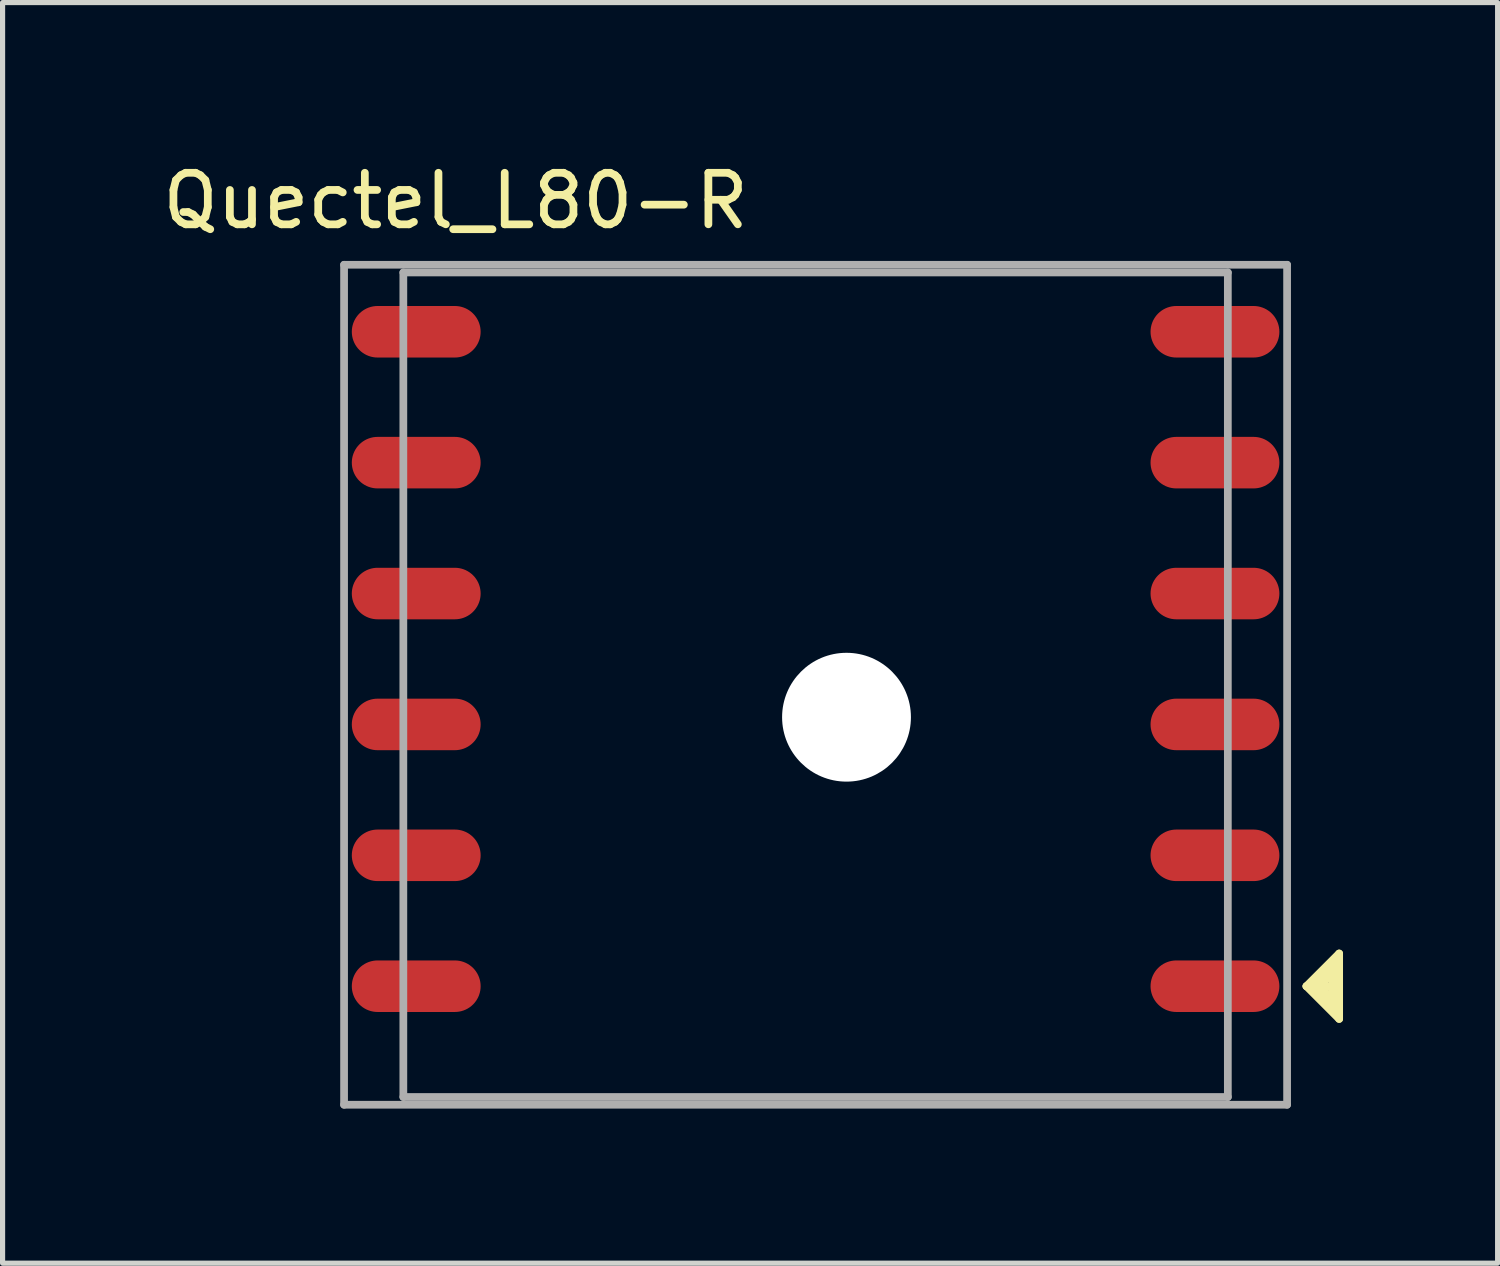
<source format=kicad_pcb>
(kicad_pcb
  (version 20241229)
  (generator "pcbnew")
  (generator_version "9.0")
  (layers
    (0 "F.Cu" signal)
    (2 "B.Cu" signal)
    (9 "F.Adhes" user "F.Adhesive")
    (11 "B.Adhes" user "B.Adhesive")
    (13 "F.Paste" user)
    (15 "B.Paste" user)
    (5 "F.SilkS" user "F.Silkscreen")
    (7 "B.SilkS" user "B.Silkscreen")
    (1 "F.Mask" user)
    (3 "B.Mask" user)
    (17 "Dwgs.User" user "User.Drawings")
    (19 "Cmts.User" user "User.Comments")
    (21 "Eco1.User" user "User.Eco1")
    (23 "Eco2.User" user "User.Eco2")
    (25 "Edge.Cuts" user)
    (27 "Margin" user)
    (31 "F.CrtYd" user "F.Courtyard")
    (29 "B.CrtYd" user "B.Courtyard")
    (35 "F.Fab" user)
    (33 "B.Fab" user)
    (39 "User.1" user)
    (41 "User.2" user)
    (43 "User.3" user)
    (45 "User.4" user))
  (footprint "Quectel_L80-R"
    (layer "F.Cu")
    (at 12.777 9.738)
    (property "Reference" "Quectel_L80-R" (at -6.985 -8.89 0) (layer "F.SilkS") (effects (font (size 1 1) (thickness 0.15))))
    (attr through_hole)
    (fp_line (start 9.525 6.35) (end 10.16 5.715) (stroke (width 0.15) (type solid)) (layer "F.SilkS"))
    (fp_line (start 9.525 6.35) (end 10.16 6.35) (stroke (width 0.15) (type solid)) (layer "F.SilkS"))
    (fp_line (start 9.652 6.35) (end 10.033 6.731) (stroke (width 0.15) (type solid)) (layer "F.SilkS"))
    (fp_line (start 9.779 6.35) (end 10.033 6.604) (stroke (width 0.15) (type solid)) (layer "F.SilkS"))
    (fp_line (start 10.033 5.969) (end 10.033 6.096) (stroke (width 0.15) (type solid)) (layer "F.SilkS"))
    (fp_line (start 10.033 6.096) (end 9.779 6.35) (stroke (width 0.15) (type solid)) (layer "F.SilkS"))
    (fp_line (start 10.033 6.731) (end 10.033 5.969) (stroke (width 0.15) (type solid)) (layer "F.SilkS"))
    (fp_line (start 10.033 6.731) (end 10.16 6.858) (stroke (width 0.15) (type solid)) (layer "F.SilkS"))
    (fp_line (start 10.16 5.715) (end 10.16 6.985) (stroke (width 0.15) (type solid)) (layer "F.SilkS"))
    (fp_line (start 10.16 5.842) (end 9.652 6.35) (stroke (width 0.15) (type solid)) (layer "F.SilkS"))
    (fp_line (start 10.16 6.985) (end 9.525 6.35) (stroke (width 0.15) (type solid)) (layer "F.SilkS"))
    (fp_line (start -9.15 -7.65) (end 9.15 -7.65) (stroke (width 0.15) (type solid)) (layer "F.Fab"))
    (fp_line (start -9.15 8.65) (end -9.15 -7.65) (stroke (width 0.15) (type solid)) (layer "F.Fab"))
    (fp_line (start -8 -7.5) (end 8 -7.5) (stroke (width 0.15) (type solid)) (layer "F.Fab"))
    (fp_line (start -8 8.5) (end -8 -7.5) (stroke (width 0.15) (type solid)) (layer "F.Fab"))
    (fp_line (start 8 -7.5) (end 8 8.5) (stroke (width 0.15) (type solid)) (layer "F.Fab"))
    (fp_line (start 8 8.5) (end -8 8.5) (stroke (width 0.15) (type solid)) (layer "F.Fab"))
    (fp_line (start 9.15 -7.65) (end 9.15 8.65) (stroke (width 0.15) (type solid)) (layer "F.Fab"))
    (fp_line (start 9.15 8.65) (end -9.15 8.65) (stroke (width 0.15) (type solid)) (layer "F.Fab"))
    (fp_circle (center 0.6 1.13) (end 1.6 1.13) (stroke (width 0.15) (type solid)) (fill no) (layer "F.Fab"))
    (pad "" np_thru_hole circle (at 0.6 1.13) (size 2.5 2.5) (drill 2.5) (layers "*.Cu" "*.Mask"))
    (pad "1" smd oval (at 7.75 6.35) (size 2.5 1) (layers "F.Cu" "F.Mask" "F.Paste"))
    (pad "2" smd oval (at 7.75 3.81) (size 2.5 1) (layers "F.Cu" "F.Mask" "F.Paste"))
    (pad "3" smd oval (at 7.75 1.27) (size 2.5 1) (layers "F.Cu" "F.Mask" "F.Paste"))
    (pad "4" smd oval (at 7.75 -1.27) (size 2.5 1) (layers "F.Cu" "F.Mask" "F.Paste"))
    (pad "5" smd oval (at 7.75 -3.81) (size 2.5 1) (layers "F.Cu" "F.Mask" "F.Paste"))
    (pad "6" smd oval (at 7.75 -6.35) (size 2.5 1) (layers "F.Cu" "F.Mask" "F.Paste"))
    (pad "7" smd oval (at -7.75 -6.35) (size 2.5 1) (layers "F.Cu" "F.Mask" "F.Paste"))
    (pad "8" smd oval (at -7.75 -3.81) (size 2.5 1) (layers "F.Cu" "F.Mask" "F.Paste"))
    (pad "9" smd oval (at -7.75 -1.27) (size 2.5 1) (layers "F.Cu" "F.Mask" "F.Paste"))
    (pad "10" smd oval (at -7.75 1.27) (size 2.5 1) (layers "F.Cu" "F.Mask" "F.Paste"))
    (pad "11" smd oval (at -7.75 3.81) (size 2.5 1) (layers "F.Cu" "F.Mask" "F.Paste"))
    (pad "12" smd oval (at -7.75 6.35) (size 2.5 1) (layers "F.Cu" "F.Mask" "F.Paste")))
  (gr_rect
    (start -3 -3)
    (end 26.012 21.463)
    (stroke (width 0.1) (type default))
    (fill no)
    (layer "Edge.Cuts")))
</source>
